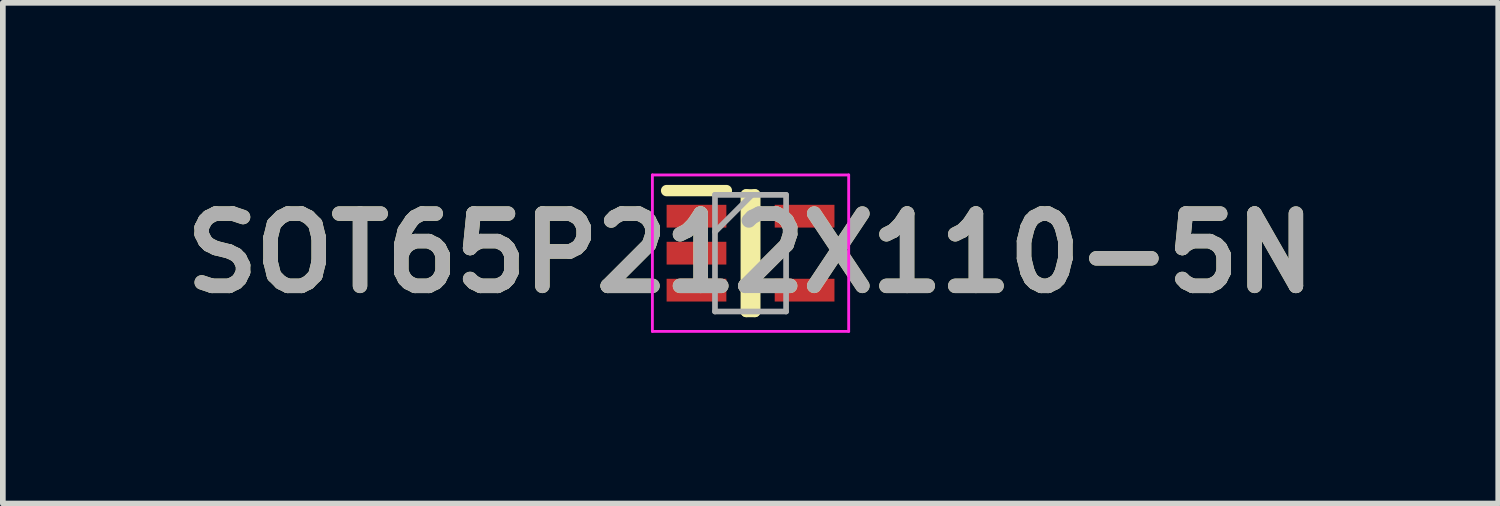
<source format=kicad_pcb>
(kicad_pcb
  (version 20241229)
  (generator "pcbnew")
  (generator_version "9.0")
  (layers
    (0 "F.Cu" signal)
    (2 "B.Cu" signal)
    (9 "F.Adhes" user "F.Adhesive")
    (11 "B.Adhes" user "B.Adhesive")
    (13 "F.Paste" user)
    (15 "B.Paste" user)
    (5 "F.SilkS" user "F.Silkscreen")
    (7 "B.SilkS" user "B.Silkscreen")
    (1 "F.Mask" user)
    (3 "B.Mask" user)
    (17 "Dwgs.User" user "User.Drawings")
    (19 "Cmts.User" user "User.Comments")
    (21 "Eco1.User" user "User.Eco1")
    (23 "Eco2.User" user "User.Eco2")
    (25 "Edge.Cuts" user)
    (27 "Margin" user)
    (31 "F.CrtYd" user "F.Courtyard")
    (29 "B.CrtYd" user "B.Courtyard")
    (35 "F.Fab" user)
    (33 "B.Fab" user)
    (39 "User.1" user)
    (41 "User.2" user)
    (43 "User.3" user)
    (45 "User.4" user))
  (footprint "SOT65P212X110-5N"
    (layer "F.Cu")
    (at 10.142 1.4)
    (property "Reference" "SOT65P212X110-5N" (at 0 0 0) (layer "F.SilkS") (effects (font (size 1.27 1.27) (thickness 0.254))))
    (attr smd)
    (fp_line (start -1.475 -1.1) (end -0.425 -1.1) (stroke (width 0.2) (type solid)) (layer "F.SilkS"))
    (fp_line (start -0.075 -1.025) (end 0.075 -1.025) (stroke (width 0.2) (type solid)) (layer "F.SilkS"))
    (fp_line (start -0.075 1.025) (end -0.075 -1.025) (stroke (width 0.2) (type solid)) (layer "F.SilkS"))
    (fp_line (start 0.075 -1.025) (end 0.075 1.025) (stroke (width 0.2) (type solid)) (layer "F.SilkS"))
    (fp_line (start 0.075 1.025) (end -0.075 1.025) (stroke (width 0.2) (type solid)) (layer "F.SilkS"))
    (fp_line (start -1.725 -1.375) (end 1.725 -1.375) (stroke (width 0.05) (type solid)) (layer "F.CrtYd"))
    (fp_line (start -1.725 1.375) (end -1.725 -1.375) (stroke (width 0.05) (type solid)) (layer "F.CrtYd"))
    (fp_line (start 1.725 -1.375) (end 1.725 1.375) (stroke (width 0.05) (type solid)) (layer "F.CrtYd"))
    (fp_line (start 1.725 1.375) (end -1.725 1.375) (stroke (width 0.05) (type solid)) (layer "F.CrtYd"))
    (fp_line (start -0.625 -1.025) (end 0.625 -1.025) (stroke (width 0.1) (type solid)) (layer "F.Fab"))
    (fp_line (start -0.625 -0.375) (end 0.025 -1.025) (stroke (width 0.1) (type solid)) (layer "F.Fab"))
    (fp_line (start -0.625 1.025) (end -0.625 -1.025) (stroke (width 0.1) (type solid)) (layer "F.Fab"))
    (fp_line (start 0.625 -1.025) (end 0.625 1.025) (stroke (width 0.1) (type solid)) (layer "F.Fab"))
    (fp_line (start 0.625 1.025) (end -0.625 1.025) (stroke (width 0.1) (type solid)) (layer "F.Fab"))
    (fp_text user "${REFERENCE}" (at 0 0 0) (layer "F.Fab") (effects (font (size 1.27 1.27) (thickness 0.254))))
    (pad "1" smd rect (at -0.95 -0.65 90) (size 0.4 1.05) (layers "F.Cu" "F.Mask" "F.Paste"))
    (pad "2" smd rect (at -0.95 0 90) (size 0.4 1.05) (layers "F.Cu" "F.Mask" "F.Paste"))
    (pad "3" smd rect (at -0.95 0.65 90) (size 0.4 1.05) (layers "F.Cu" "F.Mask" "F.Paste"))
    (pad "4" smd rect (at 0.95 0.65 90) (size 0.4 1.05) (layers "F.Cu" "F.Mask" "F.Paste"))
    (pad "5" smd rect (at 0.95 -0.65 90) (size 0.4 1.05) (layers "F.Cu" "F.Mask" "F.Paste")))
  (gr_rect
    (start -3 -3)
    (end 23.284 5.8)
    (stroke (width 0.1) (type default))
    (fill no)
    (layer "Edge.Cuts")))
</source>
